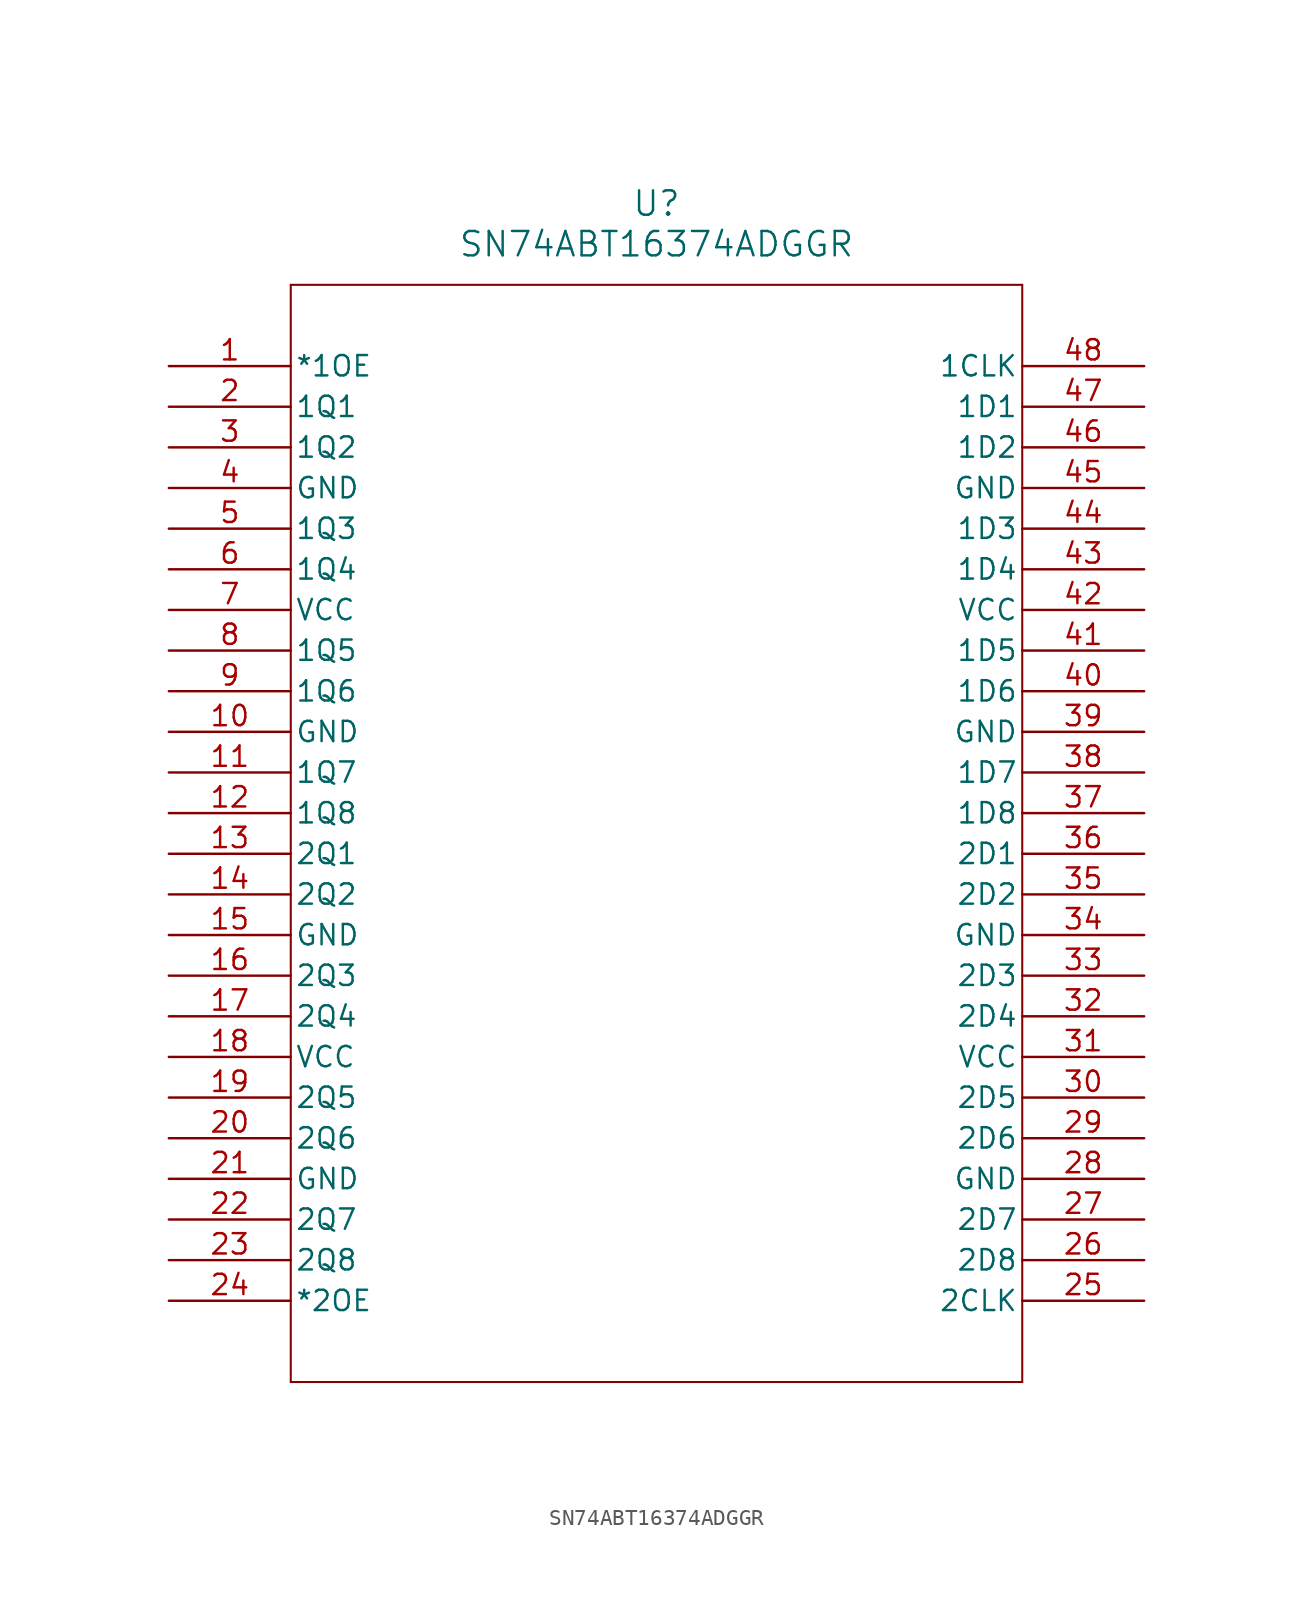
<source format=kicad_sym>
(kicad_symbol_lib
  (version 20211014)
  (generator kicad_symbol_editor)
  (symbol "SN74ABT16374ADGGR"
    (pin_names
      (offset 0.254))
    (property "Reference" "U"
      (at 30.48 10.16 0)
      (effects (font (size 1.524 1.524))))
    (property "Value" "SN74ABT16374ADGGR"
      (at 30.48 7.62 0)
      (effects (font (size 1.524 1.524))))
    (symbol "SN74ABT16374ADGGR_0_1"
      (polyline (pts (xy 7.62 5.08) (xy 7.62 -63.5)) (stroke (width 0.127) (type default) (color 0 0 0 0)) (fill (type none)))
      (polyline (pts (xy 7.62 -63.5) (xy 53.34 -63.5)) (stroke (width 0.127) (type default) (color 0 0 0 0)) (fill (type none)))
      (polyline (pts (xy 53.34 -63.5) (xy 53.34 5.08)) (stroke (width 0.127) (type default) (color 0 0 0 0)) (fill (type none)))
      (polyline (pts (xy 53.34 5.08) (xy 7.62 5.08)) (stroke (width 0.127) (type default) (color 0 0 0 0)) (fill (type none)))
      (pin input line (at 0 0 0) (length 7.62) (name "*1OE" (effects (font (size 1.27 1.27)))) (number "1" (effects (font (size 1.27 1.27)))))
      (pin output line (at 0 -2.54 0) (length 7.62) (name "1Q1" (effects (font (size 1.27 1.27)))) (number "2" (effects (font (size 1.27 1.27)))))
      (pin output line (at 0 -5.08 0) (length 7.62) (name "1Q2" (effects (font (size 1.27 1.27)))) (number "3" (effects (font (size 1.27 1.27)))))
      (pin power_in line (at 0 -7.62 0) (length 7.62) (name "GND" (effects (font (size 1.27 1.27)))) (number "4" (effects (font (size 1.27 1.27)))))
      (pin output line (at 0 -10.16 0) (length 7.62) (name "1Q3" (effects (font (size 1.27 1.27)))) (number "5" (effects (font (size 1.27 1.27)))))
      (pin output line (at 0 -12.7 0) (length 7.62) (name "1Q4" (effects (font (size 1.27 1.27)))) (number "6" (effects (font (size 1.27 1.27)))))
      (pin power_in line (at 0 -15.24 0) (length 7.62) (name "VCC" (effects (font (size 1.27 1.27)))) (number "7" (effects (font (size 1.27 1.27)))))
      (pin output line (at 0 -17.78 0) (length 7.62) (name "1Q5" (effects (font (size 1.27 1.27)))) (number "8" (effects (font (size 1.27 1.27)))))
      (pin output line (at 0 -20.32 0) (length 7.62) (name "1Q6" (effects (font (size 1.27 1.27)))) (number "9" (effects (font (size 1.27 1.27)))))
      (pin power_in line (at 0 -22.86 0) (length 7.62) (name "GND" (effects (font (size 1.27 1.27)))) (number "10" (effects (font (size 1.27 1.27)))))
      (pin output line (at 0 -25.4 0) (length 7.62) (name "1Q7" (effects (font (size 1.27 1.27)))) (number "11" (effects (font (size 1.27 1.27)))))
      (pin output line (at 0 -27.94 0) (length 7.62) (name "1Q8" (effects (font (size 1.27 1.27)))) (number "12" (effects (font (size 1.27 1.27)))))
      (pin output line (at 0 -30.48 0) (length 7.62) (name "2Q1" (effects (font (size 1.27 1.27)))) (number "13" (effects (font (size 1.27 1.27)))))
      (pin output line (at 0 -33.02 0) (length 7.62) (name "2Q2" (effects (font (size 1.27 1.27)))) (number "14" (effects (font (size 1.27 1.27)))))
      (pin power_in line (at 0 -35.56 0) (length 7.62) (name "GND" (effects (font (size 1.27 1.27)))) (number "15" (effects (font (size 1.27 1.27)))))
      (pin output line (at 0 -38.1 0) (length 7.62) (name "2Q3" (effects (font (size 1.27 1.27)))) (number "16" (effects (font (size 1.27 1.27)))))
      (pin output line (at 0 -40.64 0) (length 7.62) (name "2Q4" (effects (font (size 1.27 1.27)))) (number "17" (effects (font (size 1.27 1.27)))))
      (pin power_in line (at 0 -43.18 0) (length 7.62) (name "VCC" (effects (font (size 1.27 1.27)))) (number "18" (effects (font (size 1.27 1.27)))))
      (pin output line (at 0 -45.72 0) (length 7.62) (name "2Q5" (effects (font (size 1.27 1.27)))) (number "19" (effects (font (size 1.27 1.27)))))
      (pin output line (at 0 -48.26 0) (length 7.62) (name "2Q6" (effects (font (size 1.27 1.27)))) (number "20" (effects (font (size 1.27 1.27)))))
      (pin power_in line (at 0 -50.8 0) (length 7.62) (name "GND" (effects (font (size 1.27 1.27)))) (number "21" (effects (font (size 1.27 1.27)))))
      (pin output line (at 0 -53.34 0) (length 7.62) (name "2Q7" (effects (font (size 1.27 1.27)))) (number "22" (effects (font (size 1.27 1.27)))))
      (pin output line (at 0 -55.88 0) (length 7.62) (name "2Q8" (effects (font (size 1.27 1.27)))) (number "23" (effects (font (size 1.27 1.27)))))
      (pin input line (at 0 -58.42 0) (length 7.62) (name "*2OE" (effects (font (size 1.27 1.27)))) (number "24" (effects (font (size 1.27 1.27)))))
      (pin input line (at 60.96 -58.42 180) (length 7.62) (name "2CLK" (effects (font (size 1.27 1.27)))) (number "25" (effects (font (size 1.27 1.27)))))
      (pin input line (at 60.96 -55.88 180) (length 7.62) (name "2D8" (effects (font (size 1.27 1.27)))) (number "26" (effects (font (size 1.27 1.27)))))
      (pin input line (at 60.96 -53.34 180) (length 7.62) (name "2D7" (effects (font (size 1.27 1.27)))) (number "27" (effects (font (size 1.27 1.27)))))
      (pin power_in line (at 60.96 -50.8 180) (length 7.62) (name "GND" (effects (font (size 1.27 1.27)))) (number "28" (effects (font (size 1.27 1.27)))))
      (pin input line (at 60.96 -48.26 180) (length 7.62) (name "2D6" (effects (font (size 1.27 1.27)))) (number "29" (effects (font (size 1.27 1.27)))))
      (pin input line (at 60.96 -45.72 180) (length 7.62) (name "2D5" (effects (font (size 1.27 1.27)))) (number "30" (effects (font (size 1.27 1.27)))))
      (pin power_in line (at 60.96 -43.18 180) (length 7.62) (name "VCC" (effects (font (size 1.27 1.27)))) (number "31" (effects (font (size 1.27 1.27)))))
      (pin input line (at 60.96 -40.64 180) (length 7.62) (name "2D4" (effects (font (size 1.27 1.27)))) (number "32" (effects (font (size 1.27 1.27)))))
      (pin input line (at 60.96 -38.1 180) (length 7.62) (name "2D3" (effects (font (size 1.27 1.27)))) (number "33" (effects (font (size 1.27 1.27)))))
      (pin power_in line (at 60.96 -35.56 180) (length 7.62) (name "GND" (effects (font (size 1.27 1.27)))) (number "34" (effects (font (size 1.27 1.27)))))
      (pin input line (at 60.96 -33.02 180) (length 7.62) (name "2D2" (effects (font (size 1.27 1.27)))) (number "35" (effects (font (size 1.27 1.27)))))
      (pin input line (at 60.96 -30.48 180) (length 7.62) (name "2D1" (effects (font (size 1.27 1.27)))) (number "36" (effects (font (size 1.27 1.27)))))
      (pin input line (at 60.96 -27.94 180) (length 7.62) (name "1D8" (effects (font (size 1.27 1.27)))) (number "37" (effects (font (size 1.27 1.27)))))
      (pin input line (at 60.96 -25.4 180) (length 7.62) (name "1D7" (effects (font (size 1.27 1.27)))) (number "38" (effects (font (size 1.27 1.27)))))
      (pin power_in line (at 60.96 -22.86 180) (length 7.62) (name "GND" (effects (font (size 1.27 1.27)))) (number "39" (effects (font (size 1.27 1.27)))))
      (pin input line (at 60.96 -20.32 180) (length 7.62) (name "1D6" (effects (font (size 1.27 1.27)))) (number "40" (effects (font (size 1.27 1.27)))))
      (pin input line (at 60.96 -17.78 180) (length 7.62) (name "1D5" (effects (font (size 1.27 1.27)))) (number "41" (effects (font (size 1.27 1.27)))))
      (pin power_in line (at 60.96 -15.24 180) (length 7.62) (name "VCC" (effects (font (size 1.27 1.27)))) (number "42" (effects (font (size 1.27 1.27)))))
      (pin input line (at 60.96 -12.7 180) (length 7.62) (name "1D4" (effects (font (size 1.27 1.27)))) (number "43" (effects (font (size 1.27 1.27)))))
      (pin input line (at 60.96 -10.16 180) (length 7.62) (name "1D3" (effects (font (size 1.27 1.27)))) (number "44" (effects (font (size 1.27 1.27)))))
      (pin power_in line (at 60.96 -7.62 180) (length 7.62) (name "GND" (effects (font (size 1.27 1.27)))) (number "45" (effects (font (size 1.27 1.27)))))
      (pin input line (at 60.96 -5.08 180) (length 7.62) (name "1D2" (effects (font (size 1.27 1.27)))) (number "46" (effects (font (size 1.27 1.27)))))
      (pin input line (at 60.96 -2.54 180) (length 7.62) (name "1D1" (effects (font (size 1.27 1.27)))) (number "47" (effects (font (size 1.27 1.27)))))
      (pin input line (at 60.96 0 180) (length 7.62) (name "1CLK" (effects (font (size 1.27 1.27)))) (number "48" (effects (font (size 1.27 1.27))))))))
</source>
